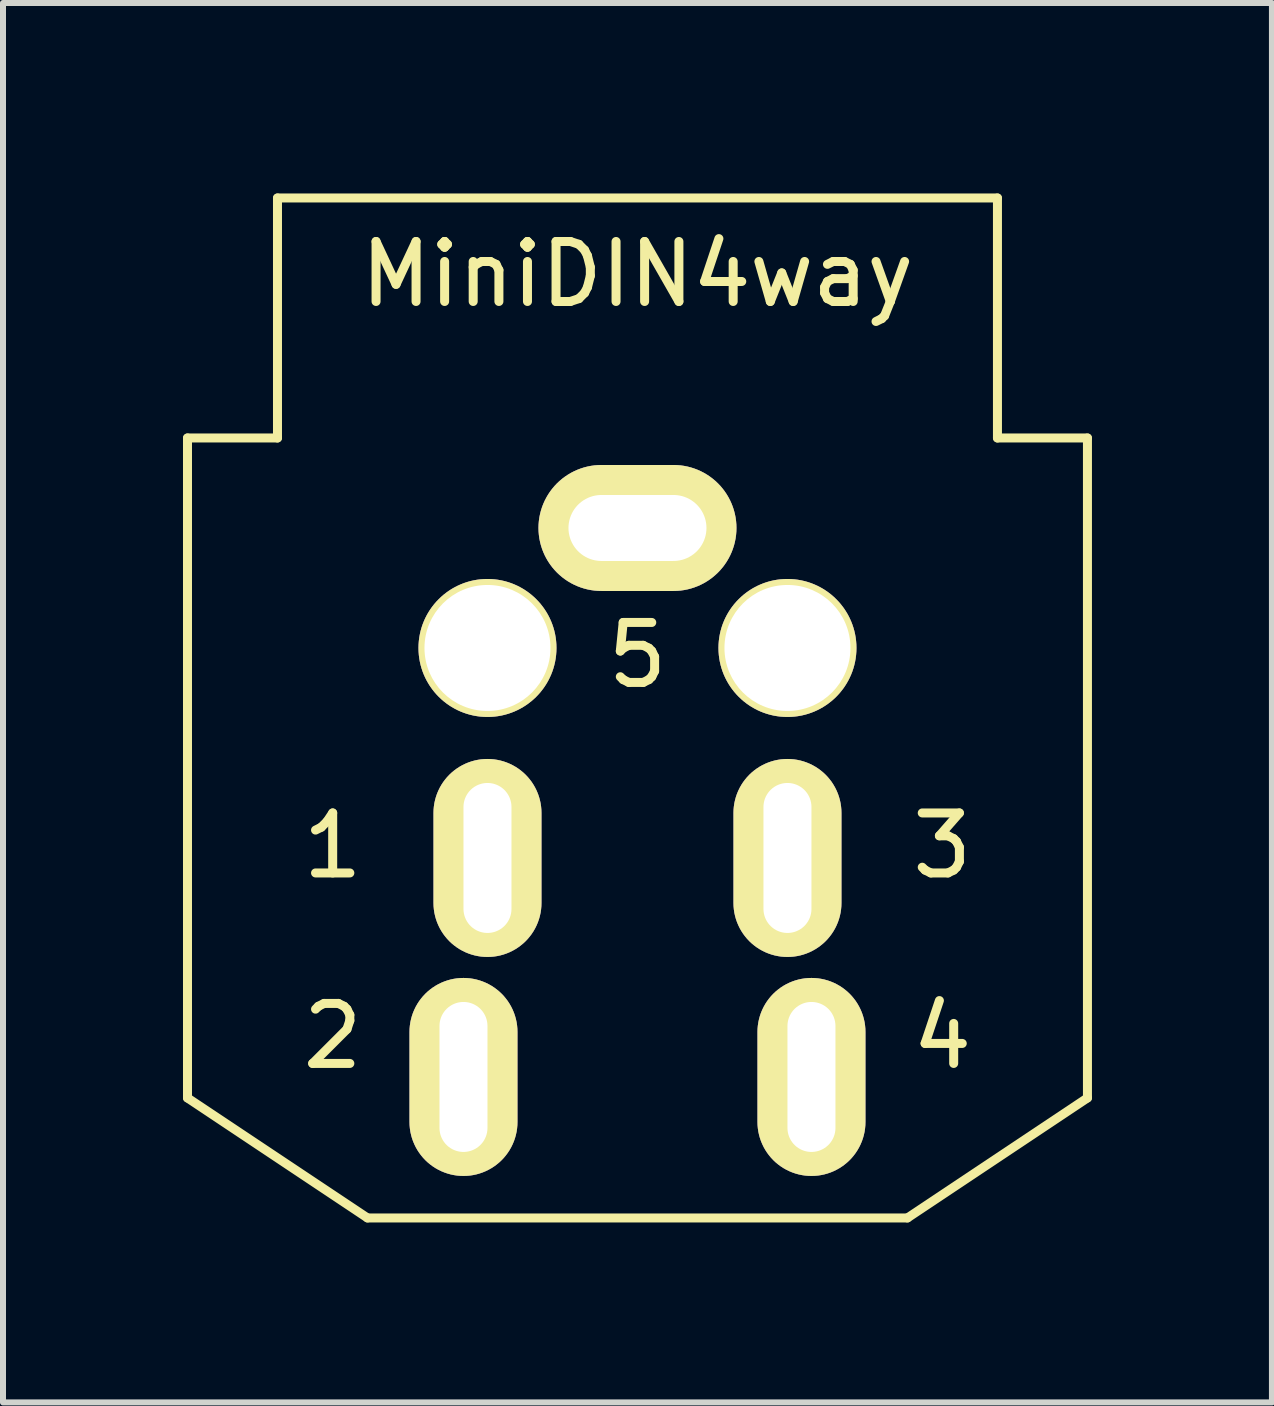
<source format=kicad_pcb>
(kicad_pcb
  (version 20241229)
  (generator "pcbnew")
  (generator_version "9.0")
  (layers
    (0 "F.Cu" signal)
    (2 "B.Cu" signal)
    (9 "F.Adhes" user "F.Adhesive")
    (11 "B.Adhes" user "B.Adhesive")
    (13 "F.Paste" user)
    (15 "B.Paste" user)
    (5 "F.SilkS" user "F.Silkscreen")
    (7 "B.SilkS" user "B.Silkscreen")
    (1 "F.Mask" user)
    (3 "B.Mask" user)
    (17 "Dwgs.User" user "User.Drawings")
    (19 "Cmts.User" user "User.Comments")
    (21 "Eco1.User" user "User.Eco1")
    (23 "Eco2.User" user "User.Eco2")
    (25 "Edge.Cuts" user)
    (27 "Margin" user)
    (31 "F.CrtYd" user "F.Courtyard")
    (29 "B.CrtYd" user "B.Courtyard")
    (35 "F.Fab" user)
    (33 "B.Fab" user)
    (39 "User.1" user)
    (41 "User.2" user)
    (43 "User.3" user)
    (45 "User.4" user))
  (footprint "MiniDIN4way"
    (layer "F.Cu")
    (at 7.575 0.25)
    (property "Reference" "MiniDIN4way" (at 0 1.27 0) (layer "F.SilkS") (effects (font (size 1 1) (thickness 0.15))))
    (attr through_hole)
    (fp_line (start -7.5 4) (end -7.5 15) (stroke (width 0.15) (type solid)) (layer "F.SilkS"))
    (fp_line (start -7.5 4) (end -6 4) (stroke (width 0.15) (type solid)) (layer "F.SilkS"))
    (fp_line (start -7.5 15) (end -4.5 17) (stroke (width 0.15) (type solid)) (layer "F.SilkS"))
    (fp_line (start -6 0) (end -6 4) (stroke (width 0.15) (type solid)) (layer "F.SilkS"))
    (fp_line (start -6 0) (end 6 0) (stroke (width 0.15) (type solid)) (layer "F.SilkS"))
    (fp_line (start -4.5 17) (end 4.5 17) (stroke (width 0.15) (type solid)) (layer "F.SilkS"))
    (fp_line (start 6 0) (end 6 4) (stroke (width 0.15) (type solid)) (layer "F.SilkS"))
    (fp_line (start 6 4) (end 7.5 4) (stroke (width 0.15) (type solid)) (layer "F.SilkS"))
    (fp_line (start 7.5 4) (end 7.5 15) (stroke (width 0.15) (type solid)) (layer "F.SilkS"))
    (fp_line (start 7.5 15) (end 4.5 17) (stroke (width 0.15) (type solid)) (layer "F.SilkS"))
    (fp_text user "2" (at -5.08 13.97 0) (layer "F.SilkS") (effects (font (size 1 1) (thickness 0.15))))
    (fp_text user "4" (at 5.08 13.97 0) (layer "F.SilkS") (effects (font (size 1 1) (thickness 0.15))))
    (fp_text user "3" (at 5.08 10.795 0) (layer "F.SilkS") (effects (font (size 1 1) (thickness 0.15))))
    (fp_text user "1" (at -5.08 10.795 0) (layer "F.SilkS") (effects (font (size 1 1) (thickness 0.15))))
    (fp_text user "5" (at 0 7.62 0) (layer "F.SilkS") (effects (font (size 1 1) (thickness 0.15))))
    (pad "" np_thru_hole circle (at -2.5 7.5) (size 2.3 2.3) (drill 2.1) (layers "*.Cu" "*.Mask" "F.SilkS"))
    (pad "" np_thru_hole circle (at 2.5 7.5) (size 2.3 2.3) (drill 2.1) (layers "*.Cu" "*.Mask" "F.SilkS"))
    (pad "1" thru_hole oval (at 2.9 14.65) (size 1.8 3.3) (drill oval 0.8 2.5) (layers "*.Cu" "*.Mask" "F.SilkS"))
    (pad "2" thru_hole oval (at -2.9 14.65) (size 1.8 3.3) (drill oval 0.8 2.5) (layers "*.Cu" "*.Mask" "F.SilkS"))
    (pad "3" thru_hole oval (at 2.5 11) (size 1.8 3.3) (drill oval 0.8 2.5) (layers "*.Cu" "*.Mask" "F.SilkS"))
    (pad "4" thru_hole oval (at -2.5 11) (size 1.8 3.3) (drill oval 0.8 2.5) (layers "*.Cu" "*.Mask" "F.SilkS"))
    (pad "5" thru_hole oval (at 0 5.5) (size 3.3 2.1) (drill oval 2.3 1.1) (layers "*.Cu" "*.Mask" "F.SilkS")))
  (gr_rect
    (start -3 -3)
    (end 18.15 20.325)
    (stroke (width 0.1) (type default))
    (fill no)
    (layer "Edge.Cuts")))
</source>
